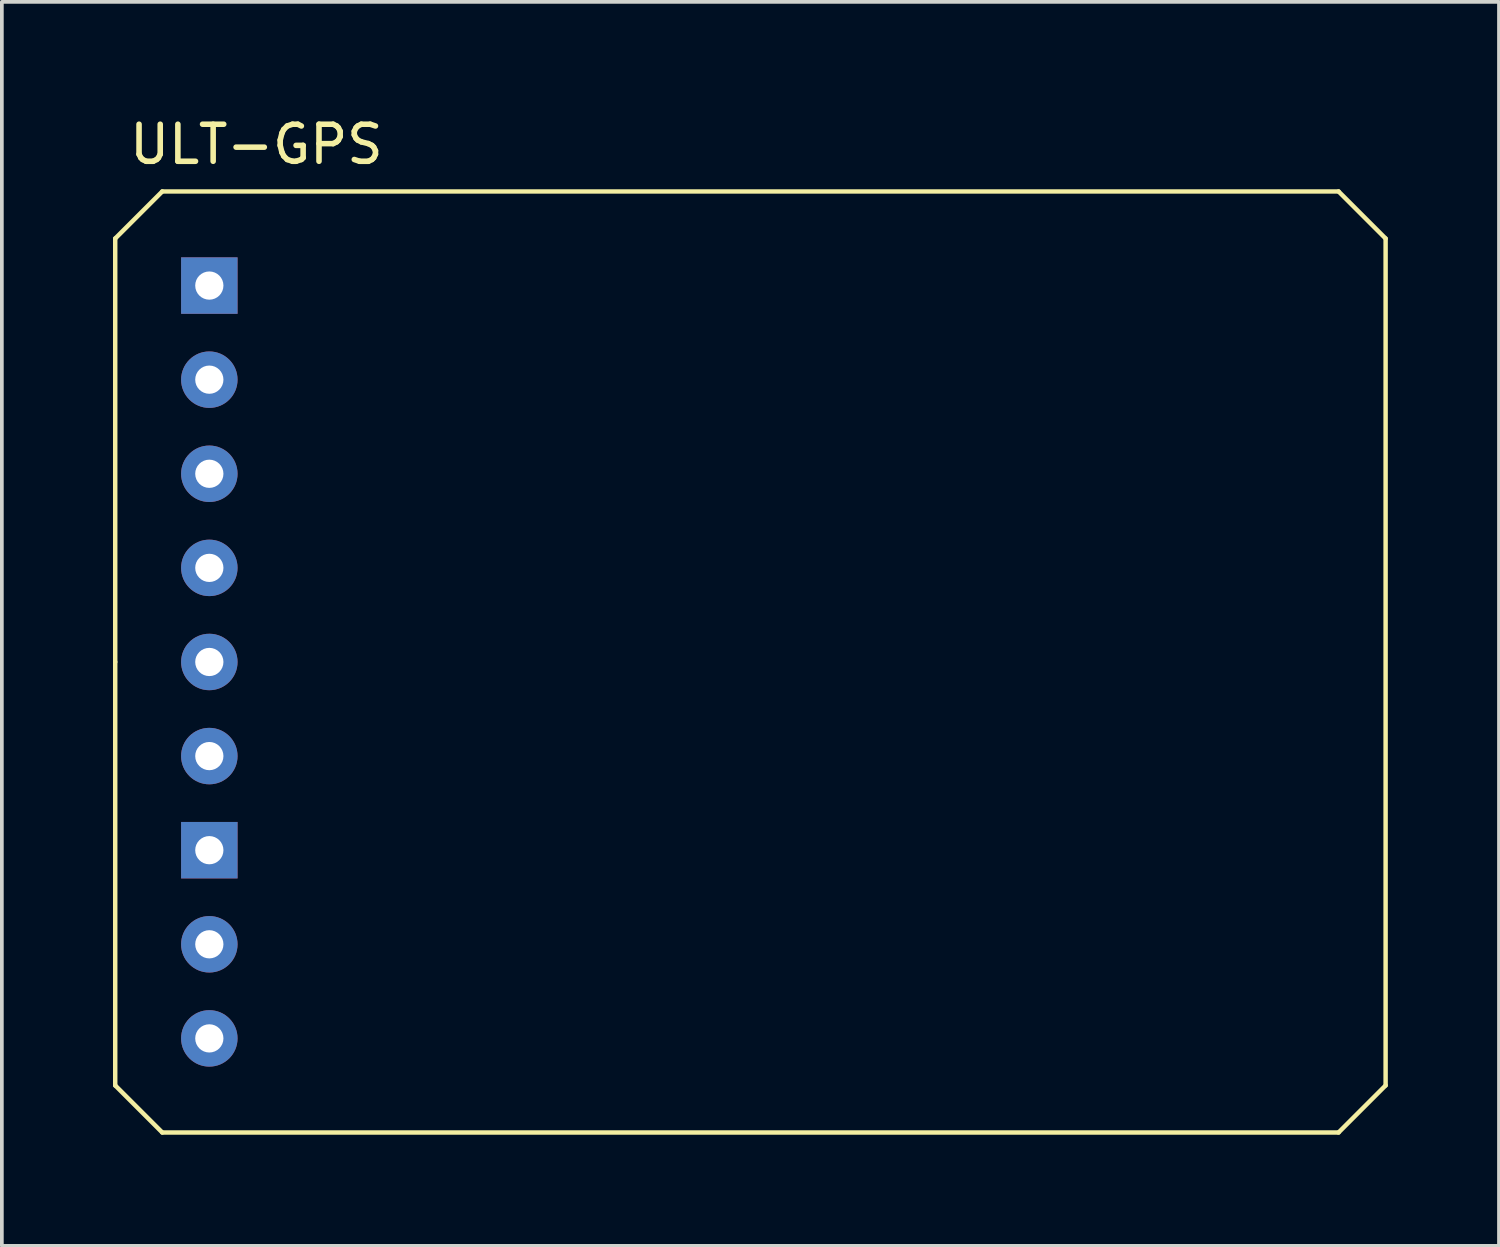
<source format=kicad_pcb>
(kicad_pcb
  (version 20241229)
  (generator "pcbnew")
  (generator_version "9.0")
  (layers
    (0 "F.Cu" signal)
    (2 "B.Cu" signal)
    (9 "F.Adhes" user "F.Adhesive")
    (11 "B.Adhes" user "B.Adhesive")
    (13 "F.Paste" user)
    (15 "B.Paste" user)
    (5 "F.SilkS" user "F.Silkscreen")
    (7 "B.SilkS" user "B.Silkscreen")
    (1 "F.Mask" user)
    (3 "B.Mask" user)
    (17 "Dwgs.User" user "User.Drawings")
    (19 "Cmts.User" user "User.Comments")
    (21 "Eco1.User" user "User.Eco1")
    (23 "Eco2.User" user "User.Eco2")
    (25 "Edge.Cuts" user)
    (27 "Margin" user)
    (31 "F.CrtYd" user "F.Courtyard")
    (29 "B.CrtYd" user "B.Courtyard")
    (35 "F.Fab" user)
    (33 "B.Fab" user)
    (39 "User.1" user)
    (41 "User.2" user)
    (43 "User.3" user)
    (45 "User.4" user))
  (footprint "ULT-GPS"
    (layer "F.Cu")
    (at 2.6 4.658)
    (property "Reference" "ULT-GPS" (at 1.27 -3.81 0) (layer "F.SilkS") (effects (font (size 1 1) (thickness 0.15))))
    (attr through_hole)
    (fp_line (start -2.54 -1.27) (end -1.27 -2.54) (stroke (width 0.12) (type solid)) (layer "F.SilkS"))
    (fp_line (start -2.54 10.16) (end -2.54 -1.27) (stroke (width 0.12) (type solid)) (layer "F.SilkS"))
    (fp_line (start -2.54 21.59) (end -2.54 10.16) (stroke (width 0.12) (type solid)) (layer "F.SilkS"))
    (fp_line (start -1.27 22.86) (end -2.54 21.59) (stroke (width 0.12) (type solid)) (layer "F.SilkS"))
    (fp_line (start -1.27 22.86) (end 30.48 22.86) (stroke (width 0.12) (type solid)) (layer "F.SilkS"))
    (fp_line (start 30.48 -2.54) (end -1.27 -2.54) (stroke (width 0.12) (type solid)) (layer "F.SilkS"))
    (fp_line (start 30.48 -2.54) (end 31.75 -1.27) (stroke (width 0.12) (type solid)) (layer "F.SilkS"))
    (fp_line (start 30.48 22.86) (end 31.75 21.59) (stroke (width 0.12) (type solid)) (layer "F.SilkS"))
    (fp_line (start 31.75 21.59) (end 31.75 -1.27) (stroke (width 0.12) (type solid)) (layer "F.SilkS"))
    (pad "1" thru_hole rect (at 0 0) (size 1.524 1.524) (drill 0.762) (layers "*.Cu" "*.Mask"))
    (pad "2" thru_hole circle (at 0 2.54) (size 1.524 1.524) (drill 0.762) (layers "*.Cu" "*.Mask"))
    (pad "3" thru_hole circle (at 0 5.08) (size 1.524 1.524) (drill 0.762) (layers "*.Cu" "*.Mask"))
    (pad "4" thru_hole circle (at 0 7.62) (size 1.524 1.524) (drill 0.762) (layers "*.Cu" "*.Mask"))
    (pad "5" thru_hole circle (at 0 10.16) (size 1.524 1.524) (drill 0.762) (layers "*.Cu" "*.Mask"))
    (pad "6" thru_hole circle (at 0 12.7) (size 1.524 1.524) (drill 0.762) (layers "*.Cu" "*.Mask"))
    (pad "7" thru_hole rect (at 0 15.24) (size 1.524 1.524) (drill 0.762) (layers "*.Cu" "*.Mask"))
    (pad "8" thru_hole circle (at 0 17.78) (size 1.524 1.524) (drill 0.762) (layers "*.Cu" "*.Mask"))
    (pad "9" thru_hole circle (at 0 20.32) (size 1.524 1.524) (drill 0.762) (layers "*.Cu" "*.Mask")))
  (gr_rect
    (start -3 -3)
    (end 37.41 30.578)
    (stroke (width 0.1) (type default))
    (fill no)
    (layer "Edge.Cuts")))
</source>
